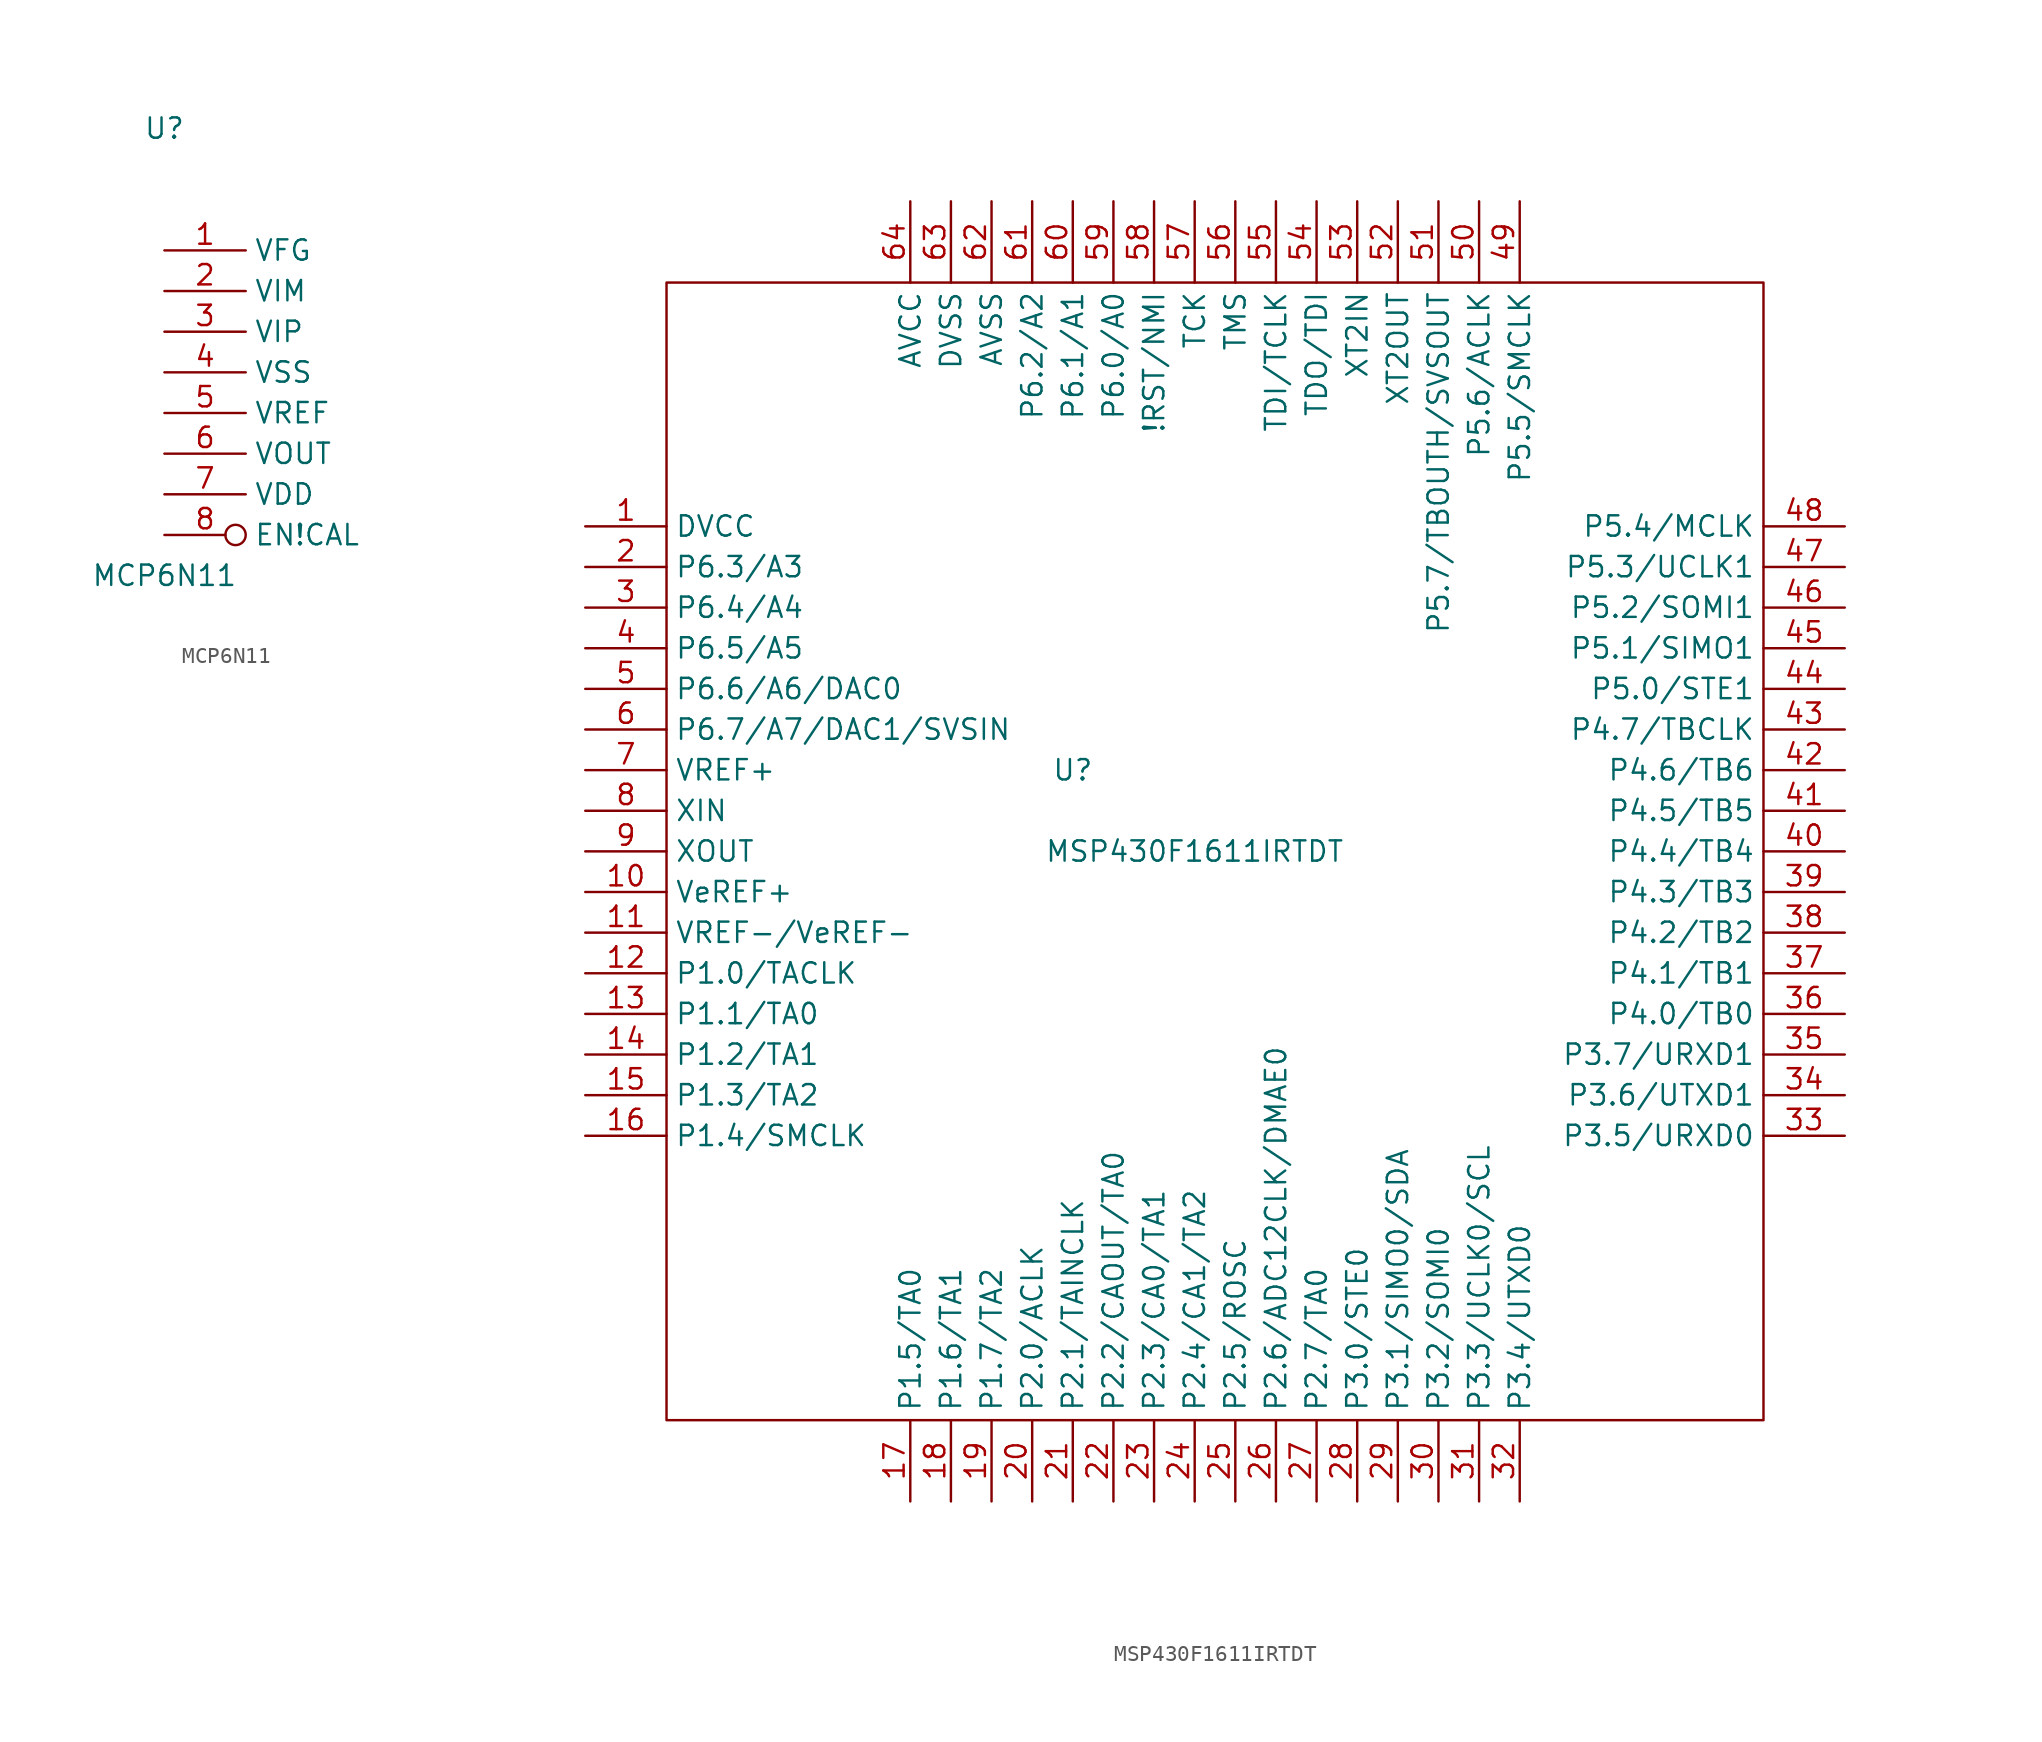
<source format=kicad_sym>
(kicad_symbol_lib
  (version 20220914)
  (generator kicad_symbol_editor)
  (symbol "MCP6N11"
    (property "Reference" "U"
      (at 0 10.16 0)
      (effects (font (size 1.27 1.27))))
    (property "Value" "MCP6N11"
      (at 0 -17.78 0)
      (effects (font (size 1.27 1.27))))
    (symbol "MCP6N11_1_1"
      (pin input line (at 0 2.54 0) (length 5.08) (name "VFG" (effects (font (size 1.27 1.27)))) (number "1" (effects (font (size 1.27 1.27)))))
      (pin input line (at 0 0 0) (length 5.08) (name "VIM" (effects (font (size 1.27 1.27)))) (number "2" (effects (font (size 1.27 1.27)))))
      (pin input line (at 0 -2.54 0) (length 5.08) (name "VIP" (effects (font (size 1.27 1.27)))) (number "3" (effects (font (size 1.27 1.27)))))
      (pin power_in line (at 0 -5.08 0) (length 5.08) (name "VSS" (effects (font (size 1.27 1.27)))) (number "4" (effects (font (size 1.27 1.27)))))
      (pin input line (at 0 -7.62 0) (length 5.08) (name "VREF" (effects (font (size 1.27 1.27)))) (number "5" (effects (font (size 1.27 1.27)))))
      (pin output line (at 0 -10.16 0) (length 5.08) (name "VOUT" (effects (font (size 1.27 1.27)))) (number "6" (effects (font (size 1.27 1.27)))))
      (pin power_in line (at 0 -12.7 0) (length 5.08) (name "VDD" (effects (font (size 1.27 1.27)))) (number "7" (effects (font (size 1.27 1.27)))))
      (pin input inverted (at 0 -15.24 0) (length 5.08) (name "EN!CAL" (effects (font (size 1.27 1.27)))) (number "8" (effects (font (size 1.27 1.27)))))))
  (symbol "MSP430F1611IRTDT"
    (property "Reference" "U"
      (at -7.62 2.54 0)
      (effects (font (size 1.27 1.27))))
    (property "Value" "MSP430F1611IRTDT"
      (at 0 -2.54 0)
      (effects (font (size 1.27 1.27))))
    (symbol "MSP430F1611IRTDT_0_1"
      (polyline (pts (xy -33.02 33.02) (xy -33.02 -38.1) (xy 35.56 -38.1) (xy 35.56 33.02) (xy -33.02 33.02)) (stroke (width 0) (type default)) (fill (type none))))
    (symbol "MSP430F1611IRTDT_1_1"
      (pin power_in line (at -38.1 17.78 0) (length 5.08) (name "DVCC" (effects (font (size 1.27 1.27)))) (number "1" (effects (font (size 1.27 1.27)))))
      (pin power_in line (at -38.1 -5.08 0) (length 5.08) (name "VeREF+" (effects (font (size 1.27 1.27)))) (number "10" (effects (font (size 1.27 1.27)))))
      (pin power_in line (at -38.1 -7.62 0) (length 5.08) (name "VREF-/VeREF-" (effects (font (size 1.27 1.27)))) (number "11" (effects (font (size 1.27 1.27)))))
      (pin tri_state line (at -38.1 -10.16 0) (length 5.08) (name "P1.0/TACLK" (effects (font (size 1.27 1.27)))) (number "12" (effects (font (size 1.27 1.27)))))
      (pin tri_state line (at -38.1 -12.7 0) (length 5.08) (name "P1.1/TA0" (effects (font (size 1.27 1.27)))) (number "13" (effects (font (size 1.27 1.27)))))
      (pin tri_state line (at -38.1 -15.24 0) (length 5.08) (name "P1.2/TA1" (effects (font (size 1.27 1.27)))) (number "14" (effects (font (size 1.27 1.27)))))
      (pin tri_state line (at -38.1 -17.78 0) (length 5.08) (name "P1.3/TA2" (effects (font (size 1.27 1.27)))) (number "15" (effects (font (size 1.27 1.27)))))
      (pin tri_state line (at -38.1 -20.32 0) (length 5.08) (name "P1.4/SMCLK" (effects (font (size 1.27 1.27)))) (number "16" (effects (font (size 1.27 1.27)))))
      (pin tri_state line (at -17.78 -43.18 90) (length 5.08) (name "P1.5/TA0" (effects (font (size 1.27 1.27)))) (number "17" (effects (font (size 1.27 1.27)))))
      (pin tri_state line (at -15.24 -43.18 90) (length 5.08) (name "P1.6/TA1" (effects (font (size 1.27 1.27)))) (number "18" (effects (font (size 1.27 1.27)))))
      (pin tri_state line (at -12.7 -43.18 90) (length 5.08) (name "P1.7/TA2" (effects (font (size 1.27 1.27)))) (number "19" (effects (font (size 1.27 1.27)))))
      (pin tri_state line (at -38.1 15.24 0) (length 5.08) (name "P6.3/A3" (effects (font (size 1.27 1.27)))) (number "2" (effects (font (size 1.27 1.27)))))
      (pin tri_state line (at -10.16 -43.18 90) (length 5.08) (name "P2.0/ACLK" (effects (font (size 1.27 1.27)))) (number "20" (effects (font (size 1.27 1.27)))))
      (pin tri_state line (at -7.62 -43.18 90) (length 5.08) (name "P2.1/TAINCLK" (effects (font (size 1.27 1.27)))) (number "21" (effects (font (size 1.27 1.27)))))
      (pin tri_state line (at -5.08 -43.18 90) (length 5.08) (name "P2.2/CAOUT/TA0" (effects (font (size 1.27 1.27)))) (number "22" (effects (font (size 1.27 1.27)))))
      (pin tri_state line (at -2.54 -43.18 90) (length 5.08) (name "P2.3/CA0/TA1" (effects (font (size 1.27 1.27)))) (number "23" (effects (font (size 1.27 1.27)))))
      (pin tri_state line (at 0 -43.18 90) (length 5.08) (name "P2.4/CA1/TA2" (effects (font (size 1.27 1.27)))) (number "24" (effects (font (size 1.27 1.27)))))
      (pin tri_state line (at 2.54 -43.18 90) (length 5.08) (name "P2.5/ROSC" (effects (font (size 1.27 1.27)))) (number "25" (effects (font (size 1.27 1.27)))))
      (pin tri_state line (at 5.08 -43.18 90) (length 5.08) (name "P2.6/ADC12CLK/DMAE0" (effects (font (size 1.27 1.27)))) (number "26" (effects (font (size 1.27 1.27)))))
      (pin tri_state line (at 7.62 -43.18 90) (length 5.08) (name "P2.7/TA0" (effects (font (size 1.27 1.27)))) (number "27" (effects (font (size 1.27 1.27)))))
      (pin tri_state line (at 10.16 -43.18 90) (length 5.08) (name "P3.0/STE0" (effects (font (size 1.27 1.27)))) (number "28" (effects (font (size 1.27 1.27)))))
      (pin tri_state line (at 12.7 -43.18 90) (length 5.08) (name "P3.1/SIMO0/SDA" (effects (font (size 1.27 1.27)))) (number "29" (effects (font (size 1.27 1.27)))))
      (pin tri_state line (at -38.1 12.7 0) (length 5.08) (name "P6.4/A4" (effects (font (size 1.27 1.27)))) (number "3" (effects (font (size 1.27 1.27)))))
      (pin tri_state line (at 15.24 -43.18 90) (length 5.08) (name "P3.2/SOMI0" (effects (font (size 1.27 1.27)))) (number "30" (effects (font (size 1.27 1.27)))))
      (pin tri_state line (at 17.78 -43.18 90) (length 5.08) (name "P3.3/UCLK0/SCL" (effects (font (size 1.27 1.27)))) (number "31" (effects (font (size 1.27 1.27)))))
      (pin tri_state line (at 20.32 -43.18 90) (length 5.08) (name "P3.4/UTXD0" (effects (font (size 1.27 1.27)))) (number "32" (effects (font (size 1.27 1.27)))))
      (pin tri_state line (at 40.64 -20.32 180) (length 5.08) (name "P3.5/URXD0" (effects (font (size 1.27 1.27)))) (number "33" (effects (font (size 1.27 1.27)))))
      (pin tri_state line (at 40.64 -17.78 180) (length 5.08) (name "P3.6/UTXD1" (effects (font (size 1.27 1.27)))) (number "34" (effects (font (size 1.27 1.27)))))
      (pin tri_state line (at 40.64 -15.24 180) (length 5.08) (name "P3.7/URXD1" (effects (font (size 1.27 1.27)))) (number "35" (effects (font (size 1.27 1.27)))))
      (pin tri_state line (at 40.64 -12.7 180) (length 5.08) (name "P4.0/TB0" (effects (font (size 1.27 1.27)))) (number "36" (effects (font (size 1.27 1.27)))))
      (pin tri_state line (at 40.64 -10.16 180) (length 5.08) (name "P4.1/TB1" (effects (font (size 1.27 1.27)))) (number "37" (effects (font (size 1.27 1.27)))))
      (pin tri_state line (at 40.64 -7.62 180) (length 5.08) (name "P4.2/TB2" (effects (font (size 1.27 1.27)))) (number "38" (effects (font (size 1.27 1.27)))))
      (pin tri_state line (at 40.64 -5.08 180) (length 5.08) (name "P4.3/TB3" (effects (font (size 1.27 1.27)))) (number "39" (effects (font (size 1.27 1.27)))))
      (pin tri_state line (at -38.1 10.16 0) (length 5.08) (name "P6.5/A5" (effects (font (size 1.27 1.27)))) (number "4" (effects (font (size 1.27 1.27)))))
      (pin tri_state line (at 40.64 -2.54 180) (length 5.08) (name "P4.4/TB4" (effects (font (size 1.27 1.27)))) (number "40" (effects (font (size 1.27 1.27)))))
      (pin tri_state line (at 40.64 0 180) (length 5.08) (name "P4.5/TB5" (effects (font (size 1.27 1.27)))) (number "41" (effects (font (size 1.27 1.27)))))
      (pin tri_state line (at 40.64 2.54 180) (length 5.08) (name "P4.6/TB6" (effects (font (size 1.27 1.27)))) (number "42" (effects (font (size 1.27 1.27)))))
      (pin tri_state line (at 40.64 5.08 180) (length 5.08) (name "P4.7/TBCLK" (effects (font (size 1.27 1.27)))) (number "43" (effects (font (size 1.27 1.27)))))
      (pin tri_state line (at 40.64 7.62 180) (length 5.08) (name "P5.0/STE1" (effects (font (size 1.27 1.27)))) (number "44" (effects (font (size 1.27 1.27)))))
      (pin tri_state line (at 40.64 10.16 180) (length 5.08) (name "P5.1/SIMO1" (effects (font (size 1.27 1.27)))) (number "45" (effects (font (size 1.27 1.27)))))
      (pin tri_state line (at 40.64 12.7 180) (length 5.08) (name "P5.2/SOMI1" (effects (font (size 1.27 1.27)))) (number "46" (effects (font (size 1.27 1.27)))))
      (pin tri_state line (at 40.64 15.24 180) (length 5.08) (name "P5.3/UCLK1" (effects (font (size 1.27 1.27)))) (number "47" (effects (font (size 1.27 1.27)))))
      (pin tri_state line (at 40.64 17.78 180) (length 5.08) (name "P5.4/MCLK" (effects (font (size 1.27 1.27)))) (number "48" (effects (font (size 1.27 1.27)))))
      (pin tri_state line (at 20.32 38.1 270) (length 5.08) (name "P5.5/SMCLK" (effects (font (size 1.27 1.27)))) (number "49" (effects (font (size 1.27 1.27)))))
      (pin tri_state line (at -38.1 7.62 0) (length 5.08) (name "P6.6/A6/DAC0" (effects (font (size 1.27 1.27)))) (number "5" (effects (font (size 1.27 1.27)))))
      (pin tri_state line (at 17.78 38.1 270) (length 5.08) (name "P5.6/ACLK" (effects (font (size 1.27 1.27)))) (number "50" (effects (font (size 1.27 1.27)))))
      (pin tri_state line (at 15.24 38.1 270) (length 5.08) (name "P5.7/TBOUTH/SVSOUT" (effects (font (size 1.27 1.27)))) (number "51" (effects (font (size 1.27 1.27)))))
      (pin passive line (at 12.7 38.1 270) (length 5.08) (name "XT2OUT" (effects (font (size 1.27 1.27)))) (number "52" (effects (font (size 1.27 1.27)))))
      (pin passive line (at 10.16 38.1 270) (length 5.08) (name "XT2IN" (effects (font (size 1.27 1.27)))) (number "53" (effects (font (size 1.27 1.27)))))
      (pin tri_state line (at 7.62 38.1 270) (length 5.08) (name "TDO/TDI" (effects (font (size 1.27 1.27)))) (number "54" (effects (font (size 1.27 1.27)))))
      (pin tri_state line (at 5.08 38.1 270) (length 5.08) (name "TDI/TCLK" (effects (font (size 1.27 1.27)))) (number "55" (effects (font (size 1.27 1.27)))))
      (pin tri_state line (at 2.54 38.1 270) (length 5.08) (name "TMS" (effects (font (size 1.27 1.27)))) (number "56" (effects (font (size 1.27 1.27)))))
      (pin tri_state line (at 0 38.1 270) (length 5.08) (name "TCK" (effects (font (size 1.27 1.27)))) (number "57" (effects (font (size 1.27 1.27)))))
      (pin tri_state line (at -2.54 38.1 270) (length 5.08) (name "!RST/NMI" (effects (font (size 1.27 1.27)))) (number "58" (effects (font (size 1.27 1.27)))))
      (pin tri_state line (at -5.08 38.1 270) (length 5.08) (name "P6.0/A0" (effects (font (size 1.27 1.27)))) (number "59" (effects (font (size 1.27 1.27)))))
      (pin tri_state line (at -38.1 5.08 0) (length 5.08) (name "P6.7/A7/DAC1/SVSIN" (effects (font (size 1.27 1.27)))) (number "6" (effects (font (size 1.27 1.27)))))
      (pin tri_state line (at -7.62 38.1 270) (length 5.08) (name "P6.1/A1" (effects (font (size 1.27 1.27)))) (number "60" (effects (font (size 1.27 1.27)))))
      (pin tri_state line (at -10.16 38.1 270) (length 5.08) (name "P6.2/A2" (effects (font (size 1.27 1.27)))) (number "61" (effects (font (size 1.27 1.27)))))
      (pin power_in line (at -12.7 38.1 270) (length 5.08) (name "AVSS" (effects (font (size 1.27 1.27)))) (number "62" (effects (font (size 1.27 1.27)))))
      (pin power_in line (at -15.24 38.1 270) (length 5.08) (name "DVSS" (effects (font (size 1.27 1.27)))) (number "63" (effects (font (size 1.27 1.27)))))
      (pin power_in line (at -17.78 38.1 270) (length 5.08) (name "AVCC" (effects (font (size 1.27 1.27)))) (number "64" (effects (font (size 1.27 1.27)))))
      (pin power_in line (at -38.1 2.54 0) (length 5.08) (name "VREF+" (effects (font (size 1.27 1.27)))) (number "7" (effects (font (size 1.27 1.27)))))
      (pin passive line (at -38.1 0 0) (length 5.08) (name "XIN" (effects (font (size 1.27 1.27)))) (number "8" (effects (font (size 1.27 1.27)))))
      (pin passive line (at -38.1 -2.54 0) (length 5.08) (name "XOUT" (effects (font (size 1.27 1.27)))) (number "9" (effects (font (size 1.27 1.27))))))))
</source>
